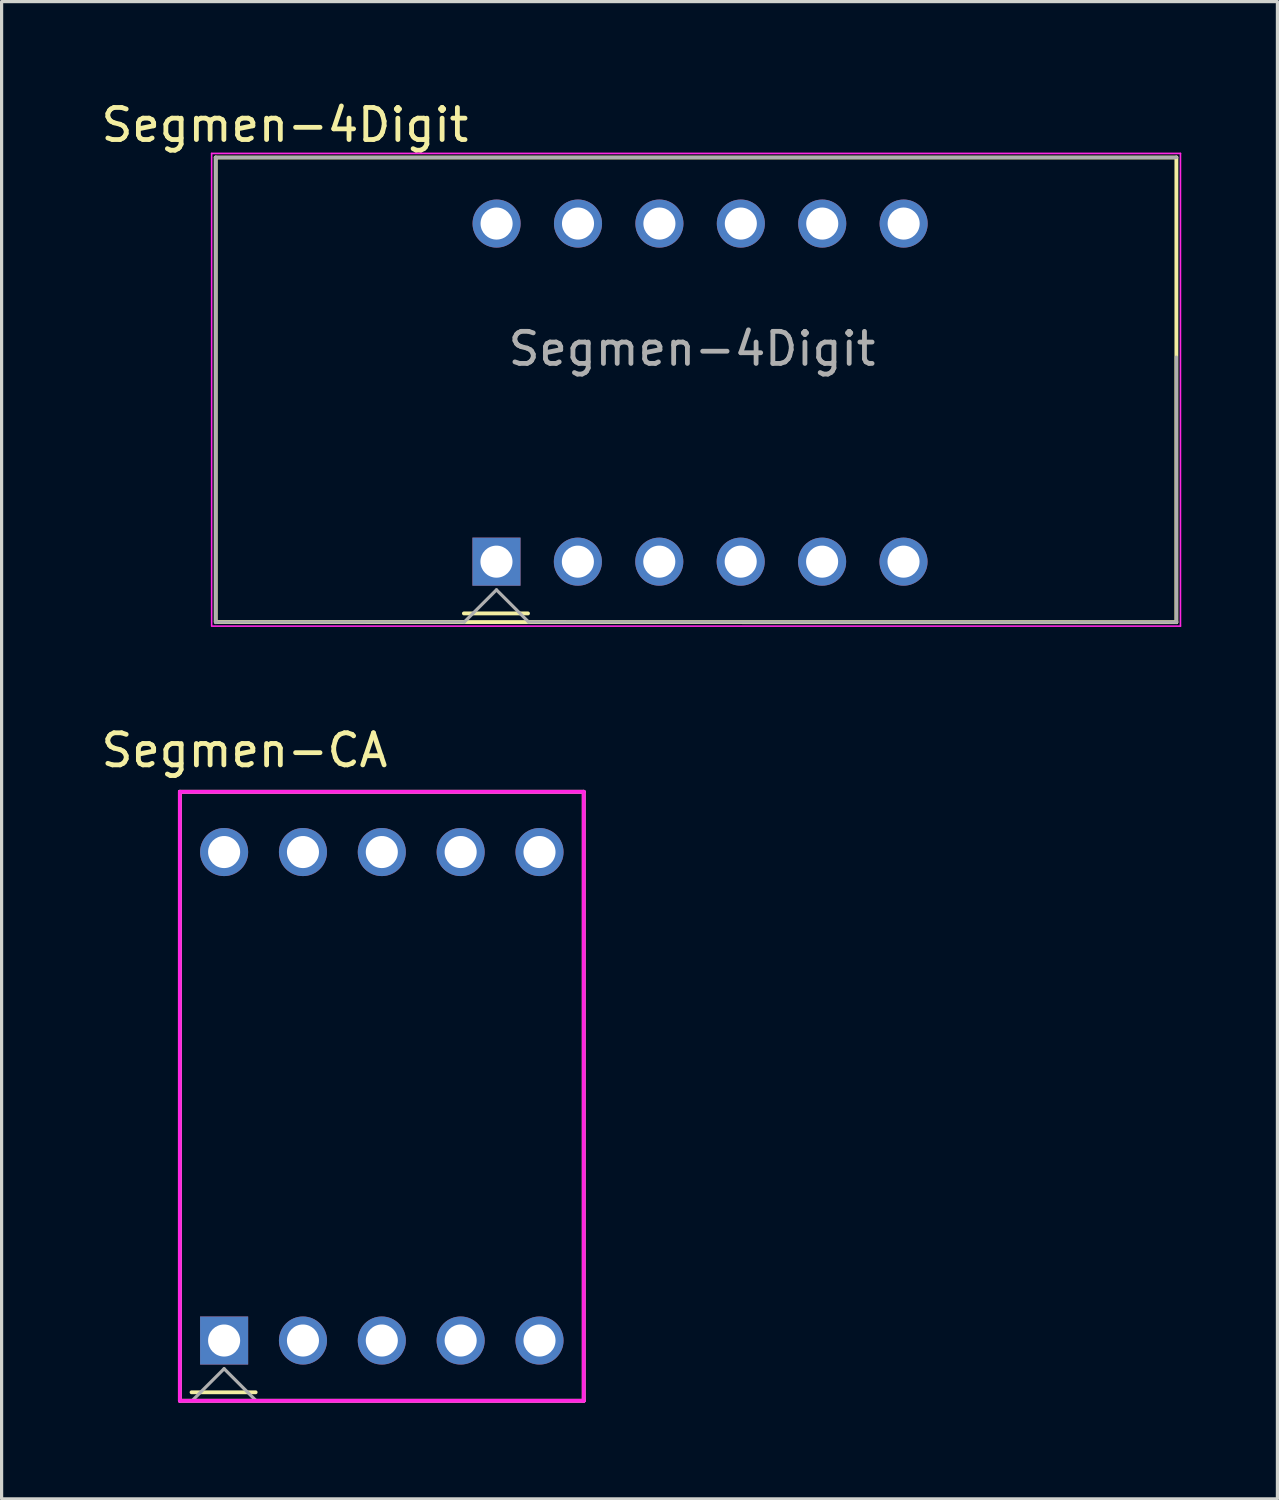
<source format=kicad_pcb>
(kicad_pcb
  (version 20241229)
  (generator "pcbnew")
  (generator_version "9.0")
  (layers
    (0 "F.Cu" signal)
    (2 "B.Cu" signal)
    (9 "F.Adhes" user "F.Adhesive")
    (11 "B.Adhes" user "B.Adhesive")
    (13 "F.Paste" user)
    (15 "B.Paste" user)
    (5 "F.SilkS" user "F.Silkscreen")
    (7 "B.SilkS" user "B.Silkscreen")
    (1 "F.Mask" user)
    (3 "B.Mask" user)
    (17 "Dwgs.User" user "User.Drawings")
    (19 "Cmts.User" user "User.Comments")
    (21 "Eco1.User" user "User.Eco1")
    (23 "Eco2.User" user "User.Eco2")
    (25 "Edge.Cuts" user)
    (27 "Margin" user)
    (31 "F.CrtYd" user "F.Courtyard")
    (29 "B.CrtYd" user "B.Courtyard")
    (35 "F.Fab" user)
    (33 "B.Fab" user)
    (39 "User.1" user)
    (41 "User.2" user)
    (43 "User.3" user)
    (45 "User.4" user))
  (footprint "Segmen-4Digit"
    (layer "F.Cu")
    (at 18.793 9.992)
    (property "Reference" "Segmen-4Digit" (at -12.954 -9.144 180) (layer "F.SilkS") (effects (font (size 1 1) (thickness 0.15))))
    (attr through_hole)
    (fp_line (start -15.113 6.35) (end -15.113 -8.128) (stroke (width 0.12) (type solid)) (layer "F.SilkS"))
    (fp_line (start -7.37 6.096) (end -5.37 6.096) (stroke (width 0.12) (type solid)) (layer "F.SilkS"))
    (fp_line (start 14.859 -8.128) (end -15.113 -8.128) (stroke (width 0.12) (type solid)) (layer "F.SilkS"))
    (fp_line (start 14.859 6.369) (end -15.113 6.365) (stroke (width 0.12) (type solid)) (layer "F.SilkS"))
    (fp_line (start 14.859 6.369) (end 14.859 -8.128) (stroke (width 0.12) (type solid)) (layer "F.SilkS"))
    (fp_line (start -15.24 -8.255) (end 14.986 -8.255) (stroke (width 0.05) (type solid)) (layer "F.CrtYd"))
    (fp_line (start -15.24 6.477) (end -15.24 -8.255) (stroke (width 0.05) (type solid)) (layer "F.CrtYd"))
    (fp_line (start -15.24 6.492) (end 14.986 6.492) (stroke (width 0.05) (type solid)) (layer "F.CrtYd"))
    (fp_line (start 14.986 -8.255) (end 14.986 6.492) (stroke (width 0.05) (type solid)) (layer "F.CrtYd"))
    (fp_line (start -15.113 -8.128) (end 14.859 -8.128) (stroke (width 0.1) (type solid)) (layer "F.Fab"))
    (fp_line (start -15.113 6.382) (end -15.113 -8.128) (stroke (width 0.1) (type solid)) (layer "F.Fab"))
    (fp_line (start -7.354 6.361) (end -15.113 6.365) (stroke (width 0.1) (type solid)) (layer "F.Fab"))
    (fp_line (start -6.354 5.361) (end -7.354 6.361) (stroke (width 0.1) (type solid)) (layer "F.Fab"))
    (fp_line (start -5.354 6.361) (end -6.354 5.361) (stroke (width 0.1) (type solid)) (layer "F.Fab"))
    (fp_line (start -5.354 6.361) (end 14.859 6.369) (stroke (width 0.1) (type solid)) (layer "F.Fab"))
    (fp_line (start 14.859 6.369) (end 14.859 -1.901) (stroke (width 0.1) (type solid)) (layer "F.Fab"))
    (fp_text user "${REFERENCE}" (at -0.254 -2.159 180) (layer "F.Fab") (effects (font (size 1 1) (thickness 0.15))))
    (pad "1" thru_hole rect (at -6.354 4.481 90) (size 1.5 1.5) (drill 1) (layers "*.Cu" "*.Mask"))
    (pad "2" thru_hole circle (at -3.814 4.481 90) (size 1.5 1.5) (drill 1) (layers "*.Cu" "*.Mask"))
    (pad "3" thru_hole circle (at -1.274 4.481 90) (size 1.5 1.5) (drill 1) (layers "*.Cu" "*.Mask"))
    (pad "4" thru_hole circle (at 1.266 4.481 90) (size 1.5 1.5) (drill 1) (layers "*.Cu" "*.Mask"))
    (pad "5" thru_hole circle (at 3.806 4.481 90) (size 1.5 1.5) (drill 1) (layers "*.Cu" "*.Mask"))
    (pad "6" thru_hole circle (at 6.346 4.481 90) (size 1.5 1.5) (drill 1) (layers "*.Cu" "*.Mask"))
    (pad "7" thru_hole circle (at 6.35 -6.067 90) (size 1.5 1.5) (drill 1) (layers "*.Cu" "*.Mask"))
    (pad "8" thru_hole circle (at 3.81 -6.067 90) (size 1.5 1.5) (drill 1) (layers "*.Cu" "*.Mask"))
    (pad "9" thru_hole circle (at 1.27 -6.067 90) (size 1.5 1.5) (drill 1) (layers "*.Cu" "*.Mask"))
    (pad "10" thru_hole circle (at -1.27 -6.067 90) (size 1.5 1.5) (drill 1) (layers "*.Cu" "*.Mask"))
    (pad "11" thru_hole circle (at -3.81 -6.067 90) (size 1.5 1.5) (drill 1) (layers "*.Cu" "*.Mask"))
    (pad "12" thru_hole circle (at -6.35 -6.067 90) (size 1.5 1.5) (drill 1) (layers "*.Cu" "*.Mask")))
  (footprint "Segmen-CA"
    (layer "F.Cu")
    (at 3.942 38.773)
    (property "Reference" "Segmen-CA" (at 0.635 -18.415 180) (layer "F.SilkS") (effects (font (size 1 1) (thickness 0.15))))
    (attr through_hole)
    (fp_line (start -1.38 -17.12) (end 11.22 -17.12) (stroke (width 0.12) (type default)) (layer "F.SilkS"))
    (fp_line (start -1.38 1.88) (end -1.38 -17.12) (stroke (width 0.12) (type default)) (layer "F.SilkS"))
    (fp_line (start -1.016 1.615) (end 0.984 1.615) (stroke (width 0.12) (type solid)) (layer "F.SilkS"))
    (fp_line (start 11.22 1.88) (end -1.38 1.88) (stroke (width 0.12) (type default)) (layer "F.SilkS"))
    (fp_line (start 11.22 1.88) (end 11.22 -17.12) (stroke (width 0.12) (type default)) (layer "F.SilkS"))
    (fp_line (start -1.38 -17.12) (end 11.22 -17.12) (stroke (width 0.12) (type default)) (layer "F.CrtYd"))
    (fp_line (start -1.38 1.88) (end -1.38 -17.12) (stroke (width 0.12) (type default)) (layer "F.CrtYd"))
    (fp_line (start 11.22 1.88) (end -1.38 1.88) (stroke (width 0.12) (type default)) (layer "F.CrtYd"))
    (fp_line (start 11.22 1.88) (end 11.22 -17.12) (stroke (width 0.12) (type default)) (layer "F.CrtYd"))
    (fp_line (start 0 0.88) (end -1 1.88) (stroke (width 0.1) (type solid)) (layer "F.Fab"))
    (fp_line (start 1 1.88) (end 0 0.88) (stroke (width 0.1) (type solid)) (layer "F.Fab"))
    (pad "1" thru_hole rect (at 0 0 90) (size 1.5 1.5) (drill 1) (layers "*.Cu" "*.Mask"))
    (pad "2" thru_hole circle (at 2.46 0 90) (size 1.5 1.5) (drill 1) (layers "*.Cu" "*.Mask"))
    (pad "3" thru_hole circle (at 4.92 0 90) (size 1.5 1.5) (drill 1) (layers "*.Cu" "*.Mask"))
    (pad "4" thru_hole circle (at 7.38 0 90) (size 1.5 1.5) (drill 1) (layers "*.Cu" "*.Mask"))
    (pad "5" thru_hole circle (at 9.84 0 90) (size 1.5 1.5) (drill 1) (layers "*.Cu" "*.Mask"))
    (pad "6" thru_hole circle (at 0 -15.24 90) (size 1.5 1.5) (drill 1) (layers "*.Cu" "*.Mask"))
    (pad "7" thru_hole circle (at 2.46 -15.24 90) (size 1.5 1.5) (drill 1) (layers "*.Cu" "*.Mask"))
    (pad "8" thru_hole circle (at 4.92 -15.24 90) (size 1.5 1.5) (drill 1) (layers "*.Cu" "*.Mask"))
    (pad "9" thru_hole circle (at 7.38 -15.24 90) (size 1.5 1.5) (drill 1) (layers "*.Cu" "*.Mask"))
    (pad "10" thru_hole circle (at 9.84 -15.24 90) (size 1.5 1.5) (drill 1) (layers "*.Cu" "*.Mask")))
  (gr_rect
    (start -3 -3)
    (end 36.804 43.712)
    (stroke (width 0.1) (type default))
    (fill no)
    (layer "Edge.Cuts")))
</source>
